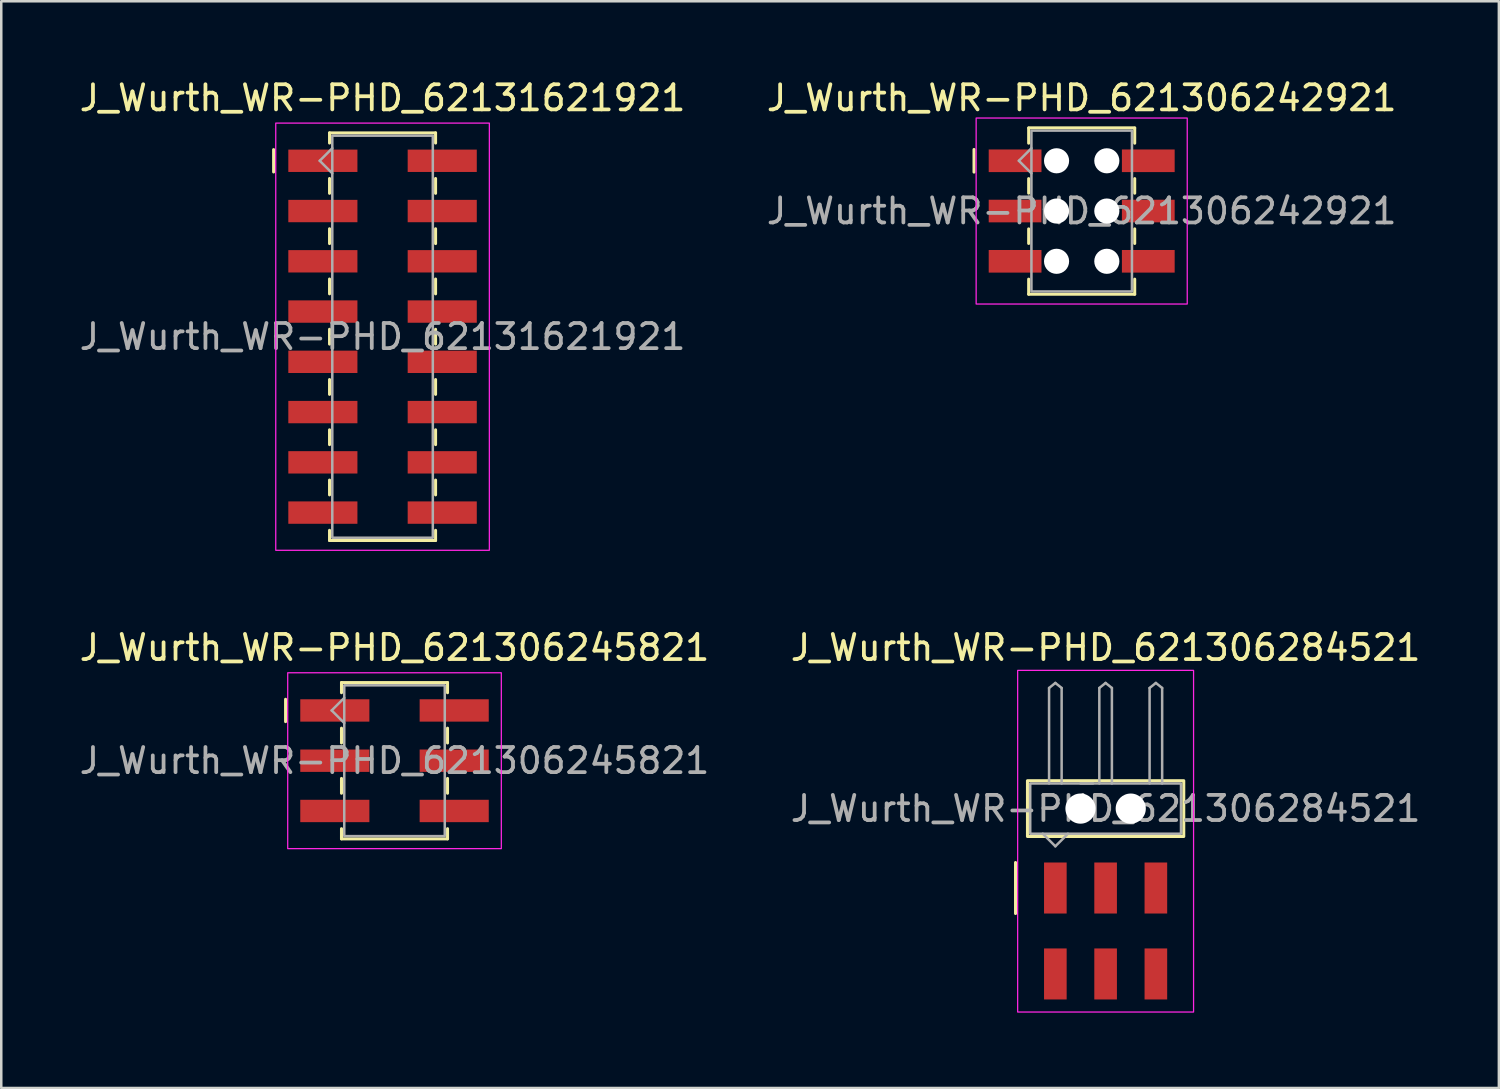
<source format=kicad_pcb>
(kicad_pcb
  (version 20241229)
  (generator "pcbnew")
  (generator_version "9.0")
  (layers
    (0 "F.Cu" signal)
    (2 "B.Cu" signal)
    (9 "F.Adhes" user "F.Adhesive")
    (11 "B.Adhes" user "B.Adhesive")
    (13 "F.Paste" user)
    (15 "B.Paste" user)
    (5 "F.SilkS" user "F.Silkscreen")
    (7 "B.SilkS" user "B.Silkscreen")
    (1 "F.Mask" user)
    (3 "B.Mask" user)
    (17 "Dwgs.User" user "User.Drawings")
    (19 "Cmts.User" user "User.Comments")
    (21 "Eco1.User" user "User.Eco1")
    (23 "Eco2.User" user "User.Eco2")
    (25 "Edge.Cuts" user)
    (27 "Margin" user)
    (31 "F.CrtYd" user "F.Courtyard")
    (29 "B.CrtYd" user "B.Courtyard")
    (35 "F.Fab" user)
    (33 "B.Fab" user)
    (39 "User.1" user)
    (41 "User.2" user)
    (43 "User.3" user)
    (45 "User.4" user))
  (footprint "J_Wurth_WR-PHD_621306242921"
    (layer "F.Cu")
    (at 39.994 5.348)
    (property "Reference" "J_Wurth_WR-PHD_621306242921" (at 0 -4.5 0) (unlocked yes) (layer "F.SilkS") (effects (font (size 1 1) (thickness 0.15))))
    (attr smd)
    (fp_line (start -4.285 -2.45) (end -4.285 -1.55) (stroke (width 0.12) (type solid)) (layer "F.SilkS"))
    (fp_line (start -2.11 -3.31) (end 2.11 -3.31) (stroke (width 0.12) (type solid)) (layer "F.SilkS"))
    (fp_line (start -2.11 -2.7) (end -2.11 -3.3) (stroke (width 0.12) (type solid)) (layer "F.SilkS"))
    (fp_line (start -2.11 -1.29) (end -2.11 -0.71) (stroke (width 0.12) (type solid)) (layer "F.SilkS"))
    (fp_line (start -2.11 0.71) (end -2.11 1.29) (stroke (width 0.12) (type solid)) (layer "F.SilkS"))
    (fp_line (start -2.11 2.71) (end -2.11 3.31) (stroke (width 0.12) (type solid)) (layer "F.SilkS"))
    (fp_line (start 2.11 -2.7) (end 2.11 -3.3) (stroke (width 0.12) (type solid)) (layer "F.SilkS"))
    (fp_line (start 2.11 -1.29) (end 2.11 -0.71) (stroke (width 0.12) (type solid)) (layer "F.SilkS"))
    (fp_line (start 2.11 0.71) (end 2.11 1.29) (stroke (width 0.12) (type solid)) (layer "F.SilkS"))
    (fp_line (start 2.11 2.71) (end 2.11 3.31) (stroke (width 0.12) (type solid)) (layer "F.SilkS"))
    (fp_line (start 2.11 3.31) (end -2.11 3.31) (stroke (width 0.12) (type solid)) (layer "F.SilkS"))
    (fp_rect (start -4.2 -3.7) (end 4.2 3.7) (stroke (width 0.05) (type solid)) (fill no) (layer "F.CrtYd"))
    (fp_line (start -2.5 -2) (end -2 -1.5) (stroke (width 0.1) (type default)) (layer "F.Fab"))
    (fp_line (start -2 -2.5) (end -2.5 -2) (stroke (width 0.1) (type default)) (layer "F.Fab"))
    (fp_rect (start -2 -3.2) (end 2 3.2) (stroke (width 0.1) (type solid)) (fill no) (layer "F.Fab"))
    (fp_text user "${REFERENCE}" (at 0 0 0) (unlocked yes) (layer "F.Fab") (effects (font (size 1 1) (thickness 0.15))))
    (pad "" np_thru_hole circle (at -1 -2 270) (size 1 1) (drill 1) (layers "*.Cu" "*.Mask"))
    (pad "" np_thru_hole circle (at -1 0 270) (size 1 1) (drill 1) (layers "*.Cu" "*.Mask"))
    (pad "" np_thru_hole circle (at -1 2 270) (size 1 1) (drill 1) (layers "*.Cu" "*.Mask"))
    (pad "" np_thru_hole circle (at 1 -2 270) (size 1 1) (drill 1) (layers "*.Cu" "*.Mask"))
    (pad "" np_thru_hole circle (at 1 0 270) (size 1 1) (drill 1) (layers "*.Cu" "*.Mask"))
    (pad "" np_thru_hole circle (at 1 2 270) (size 1 1) (drill 1) (layers "*.Cu" "*.Mask"))
    (pad "1" smd rect (at -2.65 -2 270) (size 0.9 2.1) (layers "F.Cu" "F.Mask" "F.Paste"))
    (pad "2" smd rect (at 2.65 -2 270) (size 0.9 2.1) (layers "F.Cu" "F.Mask" "F.Paste"))
    (pad "3" smd rect (at -2.65 0 270) (size 0.9 2.1) (layers "F.Cu" "F.Mask" "F.Paste"))
    (pad "4" smd rect (at 2.65 0 270) (size 0.9 2.1) (layers "F.Cu" "F.Mask" "F.Paste"))
    (pad "5" smd rect (at -2.65 2 270) (size 0.9 2.1) (layers "F.Cu" "F.Mask" "F.Paste"))
    (pad "6" smd rect (at 2.65 2 270) (size 0.9 2.1) (layers "F.Cu" "F.Mask" "F.Paste")))
  (footprint "J_Wurth_WR-PHD_621306284521"
    (layer "F.Cu")
    (at 40.946 29.127)
    (property "Reference" "J_Wurth_WR-PHD_621306284521" (at 0 -6.405 0) (unlocked yes) (layer "F.SilkS") (effects (font (size 1 1) (thickness 0.15))))
    (attr smd)
    (fp_line (start -3.585 4.175) (end -3.585 2.145) (stroke (width 0.12) (type solid)) (layer "F.SilkS"))
    (fp_rect (start -3.11 -1.11) (end 3.11 1.11) (stroke (width 0.12) (type solid)) (fill no) (layer "F.SilkS"))
    (fp_rect (start -3.5 -5.5) (end 3.5 8.095) (stroke (width 0.05) (type solid)) (fill no) (layer "F.CrtYd"))
    (fp_line (start -2.25 -4.8) (end -2.25 -1) (stroke (width 0.1) (type solid)) (layer "F.Fab"))
    (fp_line (start -2 -5) (end -2.25 -4.8) (stroke (width 0.1) (type default)) (layer "F.Fab"))
    (fp_line (start -2 1.5) (end -2.5 1) (stroke (width 0.1) (type default)) (layer "F.Fab"))
    (fp_line (start -2 1.5) (end -1.5 1) (stroke (width 0.1) (type default)) (layer "F.Fab"))
    (fp_line (start -1.75 -4.8) (end -2 -5) (stroke (width 0.1) (type default)) (layer "F.Fab"))
    (fp_line (start -1.75 -1) (end -1.75 -4.8) (stroke (width 0.1) (type solid)) (layer "F.Fab"))
    (fp_line (start -1 -1) (end -0.5 -1) (stroke (width 0.1) (type default)) (layer "F.Fab"))
    (fp_line (start -0.25 -4.8) (end 0 -5) (stroke (width 0.1) (type default)) (layer "F.Fab"))
    (fp_line (start -0.25 -1) (end -0.25 -4.8) (stroke (width 0.1) (type solid)) (layer "F.Fab"))
    (fp_line (start 0 -5) (end 0.25 -4.8) (stroke (width 0.1) (type default)) (layer "F.Fab"))
    (fp_line (start 0.25 -4.8) (end 0.25 -1) (stroke (width 0.1) (type solid)) (layer "F.Fab"))
    (fp_line (start 1.75 -4.8) (end 2 -5) (stroke (width 0.1) (type default)) (layer "F.Fab"))
    (fp_line (start 1.75 -1) (end 1.75 -4.8) (stroke (width 0.1) (type solid)) (layer "F.Fab"))
    (fp_line (start 2 -5) (end 2.25 -4.8) (stroke (width 0.1) (type default)) (layer "F.Fab"))
    (fp_line (start 2.25 -4.8) (end 2.25 -1) (stroke (width 0.1) (type solid)) (layer "F.Fab"))
    (fp_rect (start -3 -1) (end 3 1) (stroke (width 0.1) (type solid)) (fill no) (layer "F.Fab"))
    (fp_text user "${REFERENCE}" (at 0 0 0) (unlocked yes) (layer "F.Fab") (effects (font (size 1 1) (thickness 0.15))))
    (pad "" np_thru_hole circle (at -1 0 180) (size 1.2 1.2) (drill 1.2) (layers "*.Cu" "*.Mask"))
    (pad "" np_thru_hole circle (at 1 0 180) (size 1.2 1.2) (drill 1.2) (layers "*.Cu" "*.Mask"))
    (pad "1" smd rect (at -2 3.16 180) (size 0.9 2.03) (layers "F.Cu" "F.Mask" "F.Paste"))
    (pad "2" smd rect (at -2 6.58 180) (size 0.9 2.03) (layers "F.Cu" "F.Mask" "F.Paste"))
    (pad "3" smd rect (at 0 3.16 180) (size 0.9 2.03) (layers "F.Cu" "F.Mask" "F.Paste"))
    (pad "4" smd rect (at 0 6.58 180) (size 0.9 2.03) (layers "F.Cu" "F.Mask" "F.Paste"))
    (pad "5" smd rect (at 2 3.16 180) (size 0.9 2.03) (layers "F.Cu" "F.Mask" "F.Paste"))
    (pad "6" smd rect (at 2 6.58 180) (size 0.9 2.03) (layers "F.Cu" "F.Mask" "F.Paste")))
  (footprint "J_Wurth_WR-PHD_621306245821"
    (layer "F.Cu")
    (at 12.649 27.221)
    (property "Reference" "J_Wurth_WR-PHD_621306245821" (at 0 -4.5 0) (unlocked yes) (layer "F.SilkS") (effects (font (size 1 1) (thickness 0.15))))
    (attr smd)
    (fp_line (start -4.335 -2.445) (end -4.335 -1.555) (stroke (width 0.12) (type solid)) (layer "F.SilkS"))
    (fp_line (start -2.11 -3.11) (end -2.11 -2.705) (stroke (width 0.12) (type solid)) (layer "F.SilkS"))
    (fp_line (start -2.11 -1.295) (end -2.11 -0.705) (stroke (width 0.12) (type solid)) (layer "F.SilkS"))
    (fp_line (start -2.11 0.705) (end -2.11 1.295) (stroke (width 0.12) (type solid)) (layer "F.SilkS"))
    (fp_line (start -2.11 2.705) (end -2.11 3.11) (stroke (width 0.12) (type solid)) (layer "F.SilkS"))
    (fp_line (start 2.11 -3.11) (end -2.11 -3.11) (stroke (width 0.12) (type solid)) (layer "F.SilkS"))
    (fp_line (start 2.11 -3.11) (end 2.11 -2.705) (stroke (width 0.12) (type solid)) (layer "F.SilkS"))
    (fp_line (start 2.11 -1.295) (end 2.11 -0.705) (stroke (width 0.12) (type solid)) (layer "F.SilkS"))
    (fp_line (start 2.11 0.705) (end 2.11 1.295) (stroke (width 0.12) (type solid)) (layer "F.SilkS"))
    (fp_line (start 2.11 2.705) (end 2.11 3.11) (stroke (width 0.12) (type solid)) (layer "F.SilkS"))
    (fp_line (start 2.11 3.11) (end -2.11 3.11) (stroke (width 0.12) (type solid)) (layer "F.SilkS"))
    (fp_rect (start -4.25 -3.5) (end 4.25 3.5) (stroke (width 0.05) (type solid)) (fill no) (layer "F.CrtYd"))
    (fp_line (start -2.5 -2) (end -2 -1.5) (stroke (width 0.1) (type default)) (layer "F.Fab"))
    (fp_line (start -2 -2.5) (end -2.5 -2) (stroke (width 0.1) (type default)) (layer "F.Fab"))
    (fp_rect (start -2 -3) (end 2 3) (stroke (width 0.1) (type solid)) (fill no) (layer "F.Fab"))
    (fp_text user "${REFERENCE}" (at 0 0 0) (unlocked yes) (layer "F.Fab") (effects (font (size 1 1) (thickness 0.15))))
    (pad "1" smd rect (at -2.375 -2 270) (size 0.89 2.75) (layers "F.Cu" "F.Mask" "F.Paste"))
    (pad "2" smd rect (at 2.375 -2 270) (size 0.89 2.75) (layers "F.Cu" "F.Mask" "F.Paste"))
    (pad "3" smd rect (at -2.375 0 270) (size 0.89 2.75) (layers "F.Cu" "F.Mask" "F.Paste"))
    (pad "4" smd rect (at 2.375 0 270) (size 0.89 2.75) (layers "F.Cu" "F.Mask" "F.Paste"))
    (pad "5" smd rect (at -2.375 2 270) (size 0.89 2.75) (layers "F.Cu" "F.Mask" "F.Paste"))
    (pad "6" smd rect (at 2.375 2 270) (size 0.89 2.75) (layers "F.Cu" "F.Mask" "F.Paste")))
  (footprint "J_Wurth_WR-PHD_62131621921"
    (layer "F.Cu")
    (at 12.173 10.348)
    (property "Reference" "J_Wurth_WR-PHD_62131621921" (at 0 -9.5 0) (unlocked yes) (layer "F.SilkS") (effects (font (size 1 1) (thickness 0.15))))
    (attr smd)
    (fp_line (start -4.335 -7.445) (end -4.335 -6.555) (stroke (width 0.12) (type solid)) (layer "F.SilkS"))
    (fp_line (start -2.11 -8.11) (end -2.11 -7.705) (stroke (width 0.12) (type solid)) (layer "F.SilkS"))
    (fp_line (start -2.11 -6.295) (end -2.11 -5.705) (stroke (width 0.12) (type solid)) (layer "F.SilkS"))
    (fp_line (start -2.11 -4.295) (end -2.11 -3.705) (stroke (width 0.12) (type solid)) (layer "F.SilkS"))
    (fp_line (start -2.11 -2.295) (end -2.11 -1.705) (stroke (width 0.12) (type solid)) (layer "F.SilkS"))
    (fp_line (start -2.11 -0.295) (end -2.11 0.295) (stroke (width 0.12) (type solid)) (layer "F.SilkS"))
    (fp_line (start -2.11 1.705) (end -2.11 2.295) (stroke (width 0.12) (type solid)) (layer "F.SilkS"))
    (fp_line (start -2.11 3.705) (end -2.11 4.295) (stroke (width 0.12) (type solid)) (layer "F.SilkS"))
    (fp_line (start -2.11 5.705) (end -2.11 6.295) (stroke (width 0.12) (type solid)) (layer "F.SilkS"))
    (fp_line (start -2.11 7.705) (end -2.11 8.11) (stroke (width 0.12) (type solid)) (layer "F.SilkS"))
    (fp_line (start 2.11 -8.11) (end -2.11 -8.11) (stroke (width 0.12) (type solid)) (layer "F.SilkS"))
    (fp_line (start 2.11 -8.11) (end 2.11 -7.705) (stroke (width 0.12) (type solid)) (layer "F.SilkS"))
    (fp_line (start 2.11 -6.295) (end 2.11 -5.705) (stroke (width 0.12) (type solid)) (layer "F.SilkS"))
    (fp_line (start 2.11 -4.295) (end 2.11 -3.705) (stroke (width 0.12) (type solid)) (layer "F.SilkS"))
    (fp_line (start 2.11 -2.295) (end 2.11 -1.705) (stroke (width 0.12) (type solid)) (layer "F.SilkS"))
    (fp_line (start 2.11 -0.295) (end 2.11 0.295) (stroke (width 0.12) (type solid)) (layer "F.SilkS"))
    (fp_line (start 2.11 1.705) (end 2.11 2.295) (stroke (width 0.12) (type solid)) (layer "F.SilkS"))
    (fp_line (start 2.11 3.705) (end 2.11 4.295) (stroke (width 0.12) (type solid)) (layer "F.SilkS"))
    (fp_line (start 2.11 5.705) (end 2.11 6.295) (stroke (width 0.12) (type solid)) (layer "F.SilkS"))
    (fp_line (start 2.11 7.705) (end 2.11 8.11) (stroke (width 0.12) (type solid)) (layer "F.SilkS"))
    (fp_line (start 2.11 8.11) (end -2.11 8.11) (stroke (width 0.12) (type solid)) (layer "F.SilkS"))
    (fp_rect (start -4.25 -8.5) (end 4.25 8.5) (stroke (width 0.05) (type solid)) (fill no) (layer "F.CrtYd"))
    (fp_line (start -2.5 -7) (end -2 -6.5) (stroke (width 0.1) (type default)) (layer "F.Fab"))
    (fp_line (start -2 -7.5) (end -2.5 -7) (stroke (width 0.1) (type default)) (layer "F.Fab"))
    (fp_rect (start -2 -8) (end 2 8) (stroke (width 0.1) (type solid)) (fill no) (layer "F.Fab"))
    (fp_text user "${REFERENCE}" (at 0 0 0) (unlocked yes) (layer "F.Fab") (effects (font (size 1 1) (thickness 0.15))))
    (pad "1" smd rect (at -2.375 -7 270) (size 0.89 2.75) (layers "F.Cu" "F.Mask" "F.Paste"))
    (pad "2" smd rect (at 2.375 -7 270) (size 0.89 2.75) (layers "F.Cu" "F.Mask" "F.Paste"))
    (pad "3" smd rect (at -2.375 -5 270) (size 0.89 2.75) (layers "F.Cu" "F.Mask" "F.Paste"))
    (pad "4" smd rect (at 2.375 -5 270) (size 0.89 2.75) (layers "F.Cu" "F.Mask" "F.Paste"))
    (pad "5" smd rect (at -2.375 -3 270) (size 0.89 2.75) (layers "F.Cu" "F.Mask" "F.Paste"))
    (pad "6" smd rect (at 2.375 -3 270) (size 0.89 2.75) (layers "F.Cu" "F.Mask" "F.Paste"))
    (pad "7" smd rect (at -2.375 -1 270) (size 0.89 2.75) (layers "F.Cu" "F.Mask" "F.Paste"))
    (pad "8" smd rect (at 2.375 -1 270) (size 0.89 2.75) (layers "F.Cu" "F.Mask" "F.Paste"))
    (pad "9" smd rect (at -2.375 1 270) (size 0.89 2.75) (layers "F.Cu" "F.Mask" "F.Paste"))
    (pad "10" smd rect (at 2.375 1 270) (size 0.89 2.75) (layers "F.Cu" "F.Mask" "F.Paste"))
    (pad "11" smd rect (at -2.375 3 270) (size 0.89 2.75) (layers "F.Cu" "F.Mask" "F.Paste"))
    (pad "12" smd rect (at 2.375 3 270) (size 0.89 2.75) (layers "F.Cu" "F.Mask" "F.Paste"))
    (pad "13" smd rect (at -2.375 5 270) (size 0.89 2.75) (layers "F.Cu" "F.Mask" "F.Paste"))
    (pad "14" smd rect (at 2.375 5 270) (size 0.89 2.75) (layers "F.Cu" "F.Mask" "F.Paste"))
    (pad "15" smd rect (at -2.375 7 270) (size 0.89 2.75) (layers "F.Cu" "F.Mask" "F.Paste"))
    (pad "16" smd rect (at 2.375 7 270) (size 0.89 2.75) (layers "F.Cu" "F.Mask" "F.Paste")))
  (gr_rect
    (start -3 -3)
    (end 56.595 40.246)
    (stroke (width 0.1) (type default))
    (fill no)
    (layer "Edge.Cuts")))
</source>
